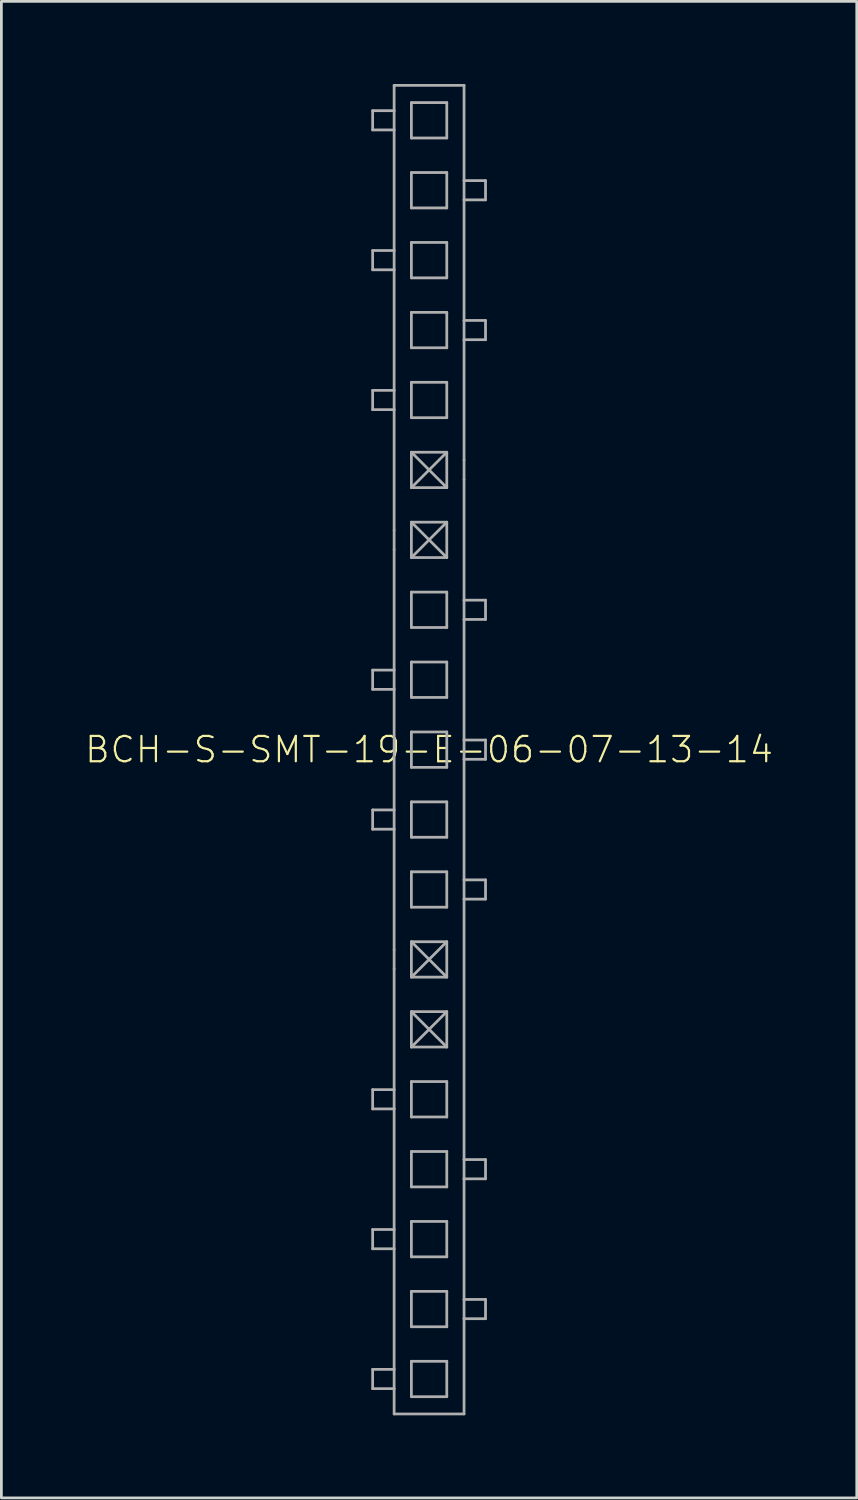
<source format=kicad_pcb>
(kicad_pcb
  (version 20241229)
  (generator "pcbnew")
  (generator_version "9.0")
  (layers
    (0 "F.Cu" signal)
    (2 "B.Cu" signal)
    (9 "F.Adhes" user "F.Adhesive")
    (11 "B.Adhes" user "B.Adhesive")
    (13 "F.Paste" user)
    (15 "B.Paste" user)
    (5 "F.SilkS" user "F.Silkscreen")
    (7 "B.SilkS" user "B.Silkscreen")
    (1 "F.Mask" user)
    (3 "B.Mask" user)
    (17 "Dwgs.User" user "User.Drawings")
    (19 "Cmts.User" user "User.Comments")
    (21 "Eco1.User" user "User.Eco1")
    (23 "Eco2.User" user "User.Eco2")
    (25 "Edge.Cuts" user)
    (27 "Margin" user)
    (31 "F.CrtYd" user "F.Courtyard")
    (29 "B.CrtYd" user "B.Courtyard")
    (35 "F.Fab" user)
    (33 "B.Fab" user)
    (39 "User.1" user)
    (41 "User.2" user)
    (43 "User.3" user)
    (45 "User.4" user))
  (footprint "BCH-S-SMT-19-E-06-07-13-14"
    (layer "F.Cu")
    (at 12.536 24.18)
    (property "Reference" "BCH-S-SMT-19-E-06-07-13-14" (at 0 0 0) (unlocked yes) (layer "F.SilkS") (effects (font (size 0.92 0.92) (thickness 0.08))))
    (fp_line (start -2.05 -23.21) (end -2.05 -22.51) (stroke (width 0.1) (type solid)) (layer "F.Fab"))
    (fp_line (start -2.05 -18.13) (end -2.05 -17.43) (stroke (width 0.1) (type solid)) (layer "F.Fab"))
    (fp_line (start -2.05 -13.05) (end -2.05 -12.35) (stroke (width 0.1) (type solid)) (layer "F.Fab"))
    (fp_line (start -2.05 -2.19) (end -2.05 -2.89) (stroke (width 0.1) (type solid)) (layer "F.Fab"))
    (fp_line (start -2.05 2.89) (end -2.05 2.19) (stroke (width 0.1) (type solid)) (layer "F.Fab"))
    (fp_line (start -2.05 13.05) (end -2.05 12.35) (stroke (width 0.1) (type solid)) (layer "F.Fab"))
    (fp_line (start -2.05 18.13) (end -2.05 17.43) (stroke (width 0.1) (type solid)) (layer "F.Fab"))
    (fp_line (start -2.05 23.21) (end -2.05 22.51) (stroke (width 0.1) (type solid)) (layer "F.Fab"))
    (fp_line (start -1.27 -24.13) (end 1.27 -24.13) (stroke (width 0.1) (type solid)) (layer "F.Fab"))
    (fp_line (start -1.27 -23.21) (end -2.05 -23.21) (stroke (width 0.1) (type solid)) (layer "F.Fab"))
    (fp_line (start -1.27 -23.21) (end -1.27 -24.13) (stroke (width 0.1) (type solid)) (layer "F.Fab"))
    (fp_line (start -1.27 -22.51) (end -2.05 -22.51) (stroke (width 0.1) (type solid)) (layer "F.Fab"))
    (fp_line (start -1.27 -22.51) (end -1.27 -23.21) (stroke (width 0.1) (type solid)) (layer "F.Fab"))
    (fp_line (start -1.27 -18.13) (end -2.05 -18.13) (stroke (width 0.1) (type solid)) (layer "F.Fab"))
    (fp_line (start -1.27 -18.13) (end -1.27 -22.51) (stroke (width 0.1) (type solid)) (layer "F.Fab"))
    (fp_line (start -1.27 -17.43) (end -2.05 -17.43) (stroke (width 0.1) (type solid)) (layer "F.Fab"))
    (fp_line (start -1.27 -17.43) (end -1.27 -18.13) (stroke (width 0.1) (type solid)) (layer "F.Fab"))
    (fp_line (start -1.27 -13.05) (end -2.05 -13.05) (stroke (width 0.1) (type solid)) (layer "F.Fab"))
    (fp_line (start -1.27 -13.05) (end -1.27 -17.43) (stroke (width 0.1) (type solid)) (layer "F.Fab"))
    (fp_line (start -1.27 -12.35) (end -2.05 -12.35) (stroke (width 0.1) (type solid)) (layer "F.Fab"))
    (fp_line (start -1.27 -12.35) (end -1.27 -13.05) (stroke (width 0.1) (type solid)) (layer "F.Fab"))
    (fp_line (start -1.27 -12.35) (end -1.27 -7.97) (stroke (width 0.1) (type solid)) (layer "F.Fab"))
    (fp_line (start -1.27 -7.97) (end -1.27 -7.27) (stroke (width 0.1) (type solid)) (layer "F.Fab"))
    (fp_line (start -1.27 -7.27) (end -1.27 -2.89) (stroke (width 0.1) (type solid)) (layer "F.Fab"))
    (fp_line (start -1.27 -2.89) (end -2.05 -2.89) (stroke (width 0.1) (type solid)) (layer "F.Fab"))
    (fp_line (start -1.27 -2.89) (end -1.27 -2.19) (stroke (width 0.1) (type solid)) (layer "F.Fab"))
    (fp_line (start -1.27 -2.19) (end -2.05 -2.19) (stroke (width 0.1) (type solid)) (layer "F.Fab"))
    (fp_line (start -1.27 -2.19) (end -1.27 2.19) (stroke (width 0.1) (type solid)) (layer "F.Fab"))
    (fp_line (start -1.27 2.19) (end -2.05 2.19) (stroke (width 0.1) (type solid)) (layer "F.Fab"))
    (fp_line (start -1.27 2.19) (end -1.27 2.89) (stroke (width 0.1) (type solid)) (layer "F.Fab"))
    (fp_line (start -1.27 2.89) (end -2.05 2.89) (stroke (width 0.1) (type solid)) (layer "F.Fab"))
    (fp_line (start -1.27 2.89) (end -1.27 7.27) (stroke (width 0.1) (type solid)) (layer "F.Fab"))
    (fp_line (start -1.27 7.27) (end -1.27 7.97) (stroke (width 0.1) (type solid)) (layer "F.Fab"))
    (fp_line (start -1.27 7.97) (end -1.27 12.35) (stroke (width 0.1) (type solid)) (layer "F.Fab"))
    (fp_line (start -1.27 12.35) (end -2.05 12.35) (stroke (width 0.1) (type solid)) (layer "F.Fab"))
    (fp_line (start -1.27 12.35) (end -1.27 13.05) (stroke (width 0.1) (type solid)) (layer "F.Fab"))
    (fp_line (start -1.27 13.05) (end -2.05 13.05) (stroke (width 0.1) (type solid)) (layer "F.Fab"))
    (fp_line (start -1.27 13.05) (end -1.27 17.43) (stroke (width 0.1) (type solid)) (layer "F.Fab"))
    (fp_line (start -1.27 17.43) (end -2.05 17.43) (stroke (width 0.1) (type solid)) (layer "F.Fab"))
    (fp_line (start -1.27 17.43) (end -1.27 18.13) (stroke (width 0.1) (type solid)) (layer "F.Fab"))
    (fp_line (start -1.27 18.13) (end -2.05 18.13) (stroke (width 0.1) (type solid)) (layer "F.Fab"))
    (fp_line (start -1.27 18.13) (end -1.27 22.51) (stroke (width 0.1) (type solid)) (layer "F.Fab"))
    (fp_line (start -1.27 22.51) (end -2.05 22.51) (stroke (width 0.1) (type solid)) (layer "F.Fab"))
    (fp_line (start -1.27 22.51) (end -1.27 23.21) (stroke (width 0.1) (type solid)) (layer "F.Fab"))
    (fp_line (start -1.27 23.21) (end -2.05 23.21) (stroke (width 0.1) (type solid)) (layer "F.Fab"))
    (fp_line (start -1.27 23.21) (end -1.27 24.13) (stroke (width 0.1) (type solid)) (layer "F.Fab"))
    (fp_line (start -1.27 24.13) (end 1.27 24.13) (stroke (width 0.1) (type solid)) (layer "F.Fab"))
    (fp_line (start -0.643 -23.503) (end 0.643 -23.503) (stroke (width 0.1) (type solid)) (layer "F.Fab"))
    (fp_line (start -0.643 -22.217) (end -0.643 -23.503) (stroke (width 0.1) (type solid)) (layer "F.Fab"))
    (fp_line (start -0.643 -20.963) (end 0.643 -20.963) (stroke (width 0.1) (type solid)) (layer "F.Fab"))
    (fp_line (start -0.643 -19.677) (end -0.643 -20.963) (stroke (width 0.1) (type solid)) (layer "F.Fab"))
    (fp_line (start -0.643 -18.423) (end 0.643 -18.423) (stroke (width 0.1) (type solid)) (layer "F.Fab"))
    (fp_line (start -0.643 -17.137) (end -0.643 -18.423) (stroke (width 0.1) (type solid)) (layer "F.Fab"))
    (fp_line (start -0.643 -15.883) (end 0.643 -15.883) (stroke (width 0.1) (type solid)) (layer "F.Fab"))
    (fp_line (start -0.643 -14.597) (end -0.643 -15.883) (stroke (width 0.1) (type solid)) (layer "F.Fab"))
    (fp_line (start -0.643 -13.343) (end 0.643 -13.343) (stroke (width 0.1) (type solid)) (layer "F.Fab"))
    (fp_line (start -0.643 -12.057) (end -0.643 -13.343) (stroke (width 0.1) (type solid)) (layer "F.Fab"))
    (fp_line (start -0.643 -10.803) (end -0.643 -9.517) (stroke (width 0.1) (type solid)) (layer "F.Fab"))
    (fp_line (start -0.643 -9.517) (end 0.643 -9.517) (stroke (width 0.1) (type solid)) (layer "F.Fab"))
    (fp_line (start -0.643 -8.263) (end -0.643 -6.977) (stroke (width 0.1) (type solid)) (layer "F.Fab"))
    (fp_line (start -0.643 -6.977) (end 0.643 -6.977) (stroke (width 0.1) (type solid)) (layer "F.Fab"))
    (fp_line (start -0.643 -5.723) (end -0.643 -4.437) (stroke (width 0.1) (type solid)) (layer "F.Fab"))
    (fp_line (start -0.643 -4.437) (end 0.643 -4.437) (stroke (width 0.1) (type solid)) (layer "F.Fab"))
    (fp_line (start -0.643 -3.183) (end -0.643 -1.897) (stroke (width 0.1) (type solid)) (layer "F.Fab"))
    (fp_line (start -0.643 -1.897) (end 0.643 -1.897) (stroke (width 0.1) (type solid)) (layer "F.Fab"))
    (fp_line (start -0.643 -0.643) (end -0.643 0.643) (stroke (width 0.1) (type solid)) (layer "F.Fab"))
    (fp_line (start -0.643 0.643) (end 0.643 0.643) (stroke (width 0.1) (type solid)) (layer "F.Fab"))
    (fp_line (start -0.643 1.897) (end -0.643 3.183) (stroke (width 0.1) (type solid)) (layer "F.Fab"))
    (fp_line (start -0.643 3.183) (end 0.643 3.183) (stroke (width 0.1) (type solid)) (layer "F.Fab"))
    (fp_line (start -0.643 4.437) (end -0.643 5.723) (stroke (width 0.1) (type solid)) (layer "F.Fab"))
    (fp_line (start -0.643 5.723) (end 0.643 5.723) (stroke (width 0.1) (type solid)) (layer "F.Fab"))
    (fp_line (start -0.643 6.977) (end -0.643 8.263) (stroke (width 0.1) (type solid)) (layer "F.Fab"))
    (fp_line (start -0.643 8.263) (end 0.643 8.263) (stroke (width 0.1) (type solid)) (layer "F.Fab"))
    (fp_line (start -0.643 9.517) (end -0.643 10.803) (stroke (width 0.1) (type solid)) (layer "F.Fab"))
    (fp_line (start -0.643 10.803) (end 0.643 10.803) (stroke (width 0.1) (type solid)) (layer "F.Fab"))
    (fp_line (start -0.643 12.057) (end -0.643 13.343) (stroke (width 0.1) (type solid)) (layer "F.Fab"))
    (fp_line (start -0.643 13.343) (end 0.643 13.343) (stroke (width 0.1) (type solid)) (layer "F.Fab"))
    (fp_line (start -0.643 14.597) (end -0.643 15.883) (stroke (width 0.1) (type solid)) (layer "F.Fab"))
    (fp_line (start -0.643 15.883) (end 0.643 15.883) (stroke (width 0.1) (type solid)) (layer "F.Fab"))
    (fp_line (start -0.643 17.137) (end -0.643 18.423) (stroke (width 0.1) (type solid)) (layer "F.Fab"))
    (fp_line (start -0.643 18.423) (end 0.643 18.423) (stroke (width 0.1) (type solid)) (layer "F.Fab"))
    (fp_line (start -0.643 19.677) (end -0.643 20.963) (stroke (width 0.1) (type solid)) (layer "F.Fab"))
    (fp_line (start -0.643 20.963) (end 0.643 20.963) (stroke (width 0.1) (type solid)) (layer "F.Fab"))
    (fp_line (start -0.643 22.217) (end -0.643 23.503) (stroke (width 0.1) (type solid)) (layer "F.Fab"))
    (fp_line (start -0.643 23.503) (end 0.643 23.503) (stroke (width 0.1) (type solid)) (layer "F.Fab"))
    (fp_line (start -0.635 -10.795) (end 0.635 -9.525) (stroke (width 0.1) (type solid)) (layer "F.Fab"))
    (fp_line (start -0.635 -9.525) (end 0.635 -10.795) (stroke (width 0.1) (type solid)) (layer "F.Fab"))
    (fp_line (start -0.635 -8.255) (end 0.635 -6.985) (stroke (width 0.1) (type solid)) (layer "F.Fab"))
    (fp_line (start -0.635 -6.985) (end 0.635 -8.255) (stroke (width 0.1) (type solid)) (layer "F.Fab"))
    (fp_line (start -0.635 6.985) (end 0.635 8.255) (stroke (width 0.1) (type solid)) (layer "F.Fab"))
    (fp_line (start -0.635 8.255) (end 0.635 6.985) (stroke (width 0.1) (type solid)) (layer "F.Fab"))
    (fp_line (start -0.635 9.525) (end 0.635 10.795) (stroke (width 0.1) (type solid)) (layer "F.Fab"))
    (fp_line (start -0.635 10.795) (end 0.635 9.525) (stroke (width 0.1) (type solid)) (layer "F.Fab"))
    (fp_line (start 0.643 -23.503) (end 0.643 -22.217) (stroke (width 0.1) (type solid)) (layer "F.Fab"))
    (fp_line (start 0.643 -22.217) (end -0.643 -22.217) (stroke (width 0.1) (type solid)) (layer "F.Fab"))
    (fp_line (start 0.643 -20.963) (end 0.643 -19.677) (stroke (width 0.1) (type solid)) (layer "F.Fab"))
    (fp_line (start 0.643 -19.677) (end -0.643 -19.677) (stroke (width 0.1) (type solid)) (layer "F.Fab"))
    (fp_line (start 0.643 -18.423) (end 0.643 -17.137) (stroke (width 0.1) (type solid)) (layer "F.Fab"))
    (fp_line (start 0.643 -17.137) (end -0.643 -17.137) (stroke (width 0.1) (type solid)) (layer "F.Fab"))
    (fp_line (start 0.643 -15.883) (end 0.643 -14.597) (stroke (width 0.1) (type solid)) (layer "F.Fab"))
    (fp_line (start 0.643 -14.597) (end -0.643 -14.597) (stroke (width 0.1) (type solid)) (layer "F.Fab"))
    (fp_line (start 0.643 -13.343) (end 0.643 -12.057) (stroke (width 0.1) (type solid)) (layer "F.Fab"))
    (fp_line (start 0.643 -12.057) (end -0.643 -12.057) (stroke (width 0.1) (type solid)) (layer "F.Fab"))
    (fp_line (start 0.643 -10.803) (end -0.643 -10.803) (stroke (width 0.1) (type solid)) (layer "F.Fab"))
    (fp_line (start 0.643 -9.517) (end 0.643 -10.803) (stroke (width 0.1) (type solid)) (layer "F.Fab"))
    (fp_line (start 0.643 -8.263) (end -0.643 -8.263) (stroke (width 0.1) (type solid)) (layer "F.Fab"))
    (fp_line (start 0.643 -6.977) (end 0.643 -8.263) (stroke (width 0.1) (type solid)) (layer "F.Fab"))
    (fp_line (start 0.643 -5.723) (end -0.643 -5.723) (stroke (width 0.1) (type solid)) (layer "F.Fab"))
    (fp_line (start 0.643 -4.437) (end 0.643 -5.723) (stroke (width 0.1) (type solid)) (layer "F.Fab"))
    (fp_line (start 0.643 -3.183) (end -0.643 -3.183) (stroke (width 0.1) (type solid)) (layer "F.Fab"))
    (fp_line (start 0.643 -1.897) (end 0.643 -3.183) (stroke (width 0.1) (type solid)) (layer "F.Fab"))
    (fp_line (start 0.643 -0.643) (end -0.643 -0.643) (stroke (width 0.1) (type solid)) (layer "F.Fab"))
    (fp_line (start 0.643 0.643) (end 0.643 -0.643) (stroke (width 0.1) (type solid)) (layer "F.Fab"))
    (fp_line (start 0.643 1.897) (end -0.643 1.897) (stroke (width 0.1) (type solid)) (layer "F.Fab"))
    (fp_line (start 0.643 3.183) (end 0.643 1.897) (stroke (width 0.1) (type solid)) (layer "F.Fab"))
    (fp_line (start 0.643 4.437) (end -0.643 4.437) (stroke (width 0.1) (type solid)) (layer "F.Fab"))
    (fp_line (start 0.643 5.723) (end 0.643 4.437) (stroke (width 0.1) (type solid)) (layer "F.Fab"))
    (fp_line (start 0.643 6.977) (end -0.643 6.977) (stroke (width 0.1) (type solid)) (layer "F.Fab"))
    (fp_line (start 0.643 8.263) (end 0.643 6.977) (stroke (width 0.1) (type solid)) (layer "F.Fab"))
    (fp_line (start 0.643 9.517) (end -0.643 9.517) (stroke (width 0.1) (type solid)) (layer "F.Fab"))
    (fp_line (start 0.643 10.803) (end 0.643 9.517) (stroke (width 0.1) (type solid)) (layer "F.Fab"))
    (fp_line (start 0.643 12.057) (end -0.643 12.057) (stroke (width 0.1) (type solid)) (layer "F.Fab"))
    (fp_line (start 0.643 13.343) (end 0.643 12.057) (stroke (width 0.1) (type solid)) (layer "F.Fab"))
    (fp_line (start 0.643 14.597) (end -0.643 14.597) (stroke (width 0.1) (type solid)) (layer "F.Fab"))
    (fp_line (start 0.643 15.883) (end 0.643 14.597) (stroke (width 0.1) (type solid)) (layer "F.Fab"))
    (fp_line (start 0.643 17.137) (end -0.643 17.137) (stroke (width 0.1) (type solid)) (layer "F.Fab"))
    (fp_line (start 0.643 18.423) (end 0.643 17.137) (stroke (width 0.1) (type solid)) (layer "F.Fab"))
    (fp_line (start 0.643 19.677) (end -0.643 19.677) (stroke (width 0.1) (type solid)) (layer "F.Fab"))
    (fp_line (start 0.643 20.963) (end 0.643 19.677) (stroke (width 0.1) (type solid)) (layer "F.Fab"))
    (fp_line (start 0.643 22.217) (end -0.643 22.217) (stroke (width 0.1) (type solid)) (layer "F.Fab"))
    (fp_line (start 0.643 23.503) (end 0.643 22.217) (stroke (width 0.1) (type solid)) (layer "F.Fab"))
    (fp_line (start 1.27 -24.13) (end 1.27 -20.67) (stroke (width 0.1) (type solid)) (layer "F.Fab"))
    (fp_line (start 1.27 -20.67) (end 1.27 -19.97) (stroke (width 0.1) (type solid)) (layer "F.Fab"))
    (fp_line (start 1.27 -20.67) (end 2.05 -20.67) (stroke (width 0.1) (type solid)) (layer "F.Fab"))
    (fp_line (start 1.27 -19.97) (end 1.27 -15.59) (stroke (width 0.1) (type solid)) (layer "F.Fab"))
    (fp_line (start 1.27 -19.97) (end 2.05 -19.97) (stroke (width 0.1) (type solid)) (layer "F.Fab"))
    (fp_line (start 1.27 -15.59) (end 1.27 -14.89) (stroke (width 0.1) (type solid)) (layer "F.Fab"))
    (fp_line (start 1.27 -15.59) (end 2.05 -15.59) (stroke (width 0.1) (type solid)) (layer "F.Fab"))
    (fp_line (start 1.27 -14.89) (end 2.05 -14.89) (stroke (width 0.1) (type solid)) (layer "F.Fab"))
    (fp_line (start 1.27 -10.51) (end 1.27 -14.89) (stroke (width 0.1) (type solid)) (layer "F.Fab"))
    (fp_line (start 1.27 -9.81) (end 1.27 -10.51) (stroke (width 0.1) (type solid)) (layer "F.Fab"))
    (fp_line (start 1.27 -5.43) (end 1.27 -9.81) (stroke (width 0.1) (type solid)) (layer "F.Fab"))
    (fp_line (start 1.27 -5.43) (end 2.05 -5.43) (stroke (width 0.1) (type solid)) (layer "F.Fab"))
    (fp_line (start 1.27 -4.73) (end 1.27 -5.43) (stroke (width 0.1) (type solid)) (layer "F.Fab"))
    (fp_line (start 1.27 -4.73) (end 2.05 -4.73) (stroke (width 0.1) (type solid)) (layer "F.Fab"))
    (fp_line (start 1.27 -0.35) (end 1.27 -4.73) (stroke (width 0.1) (type solid)) (layer "F.Fab"))
    (fp_line (start 1.27 -0.35) (end 2.05 -0.35) (stroke (width 0.1) (type solid)) (layer "F.Fab"))
    (fp_line (start 1.27 0.35) (end 1.27 -0.35) (stroke (width 0.1) (type solid)) (layer "F.Fab"))
    (fp_line (start 1.27 0.35) (end 2.05 0.35) (stroke (width 0.1) (type solid)) (layer "F.Fab"))
    (fp_line (start 1.27 4.73) (end 1.27 0.35) (stroke (width 0.1) (type solid)) (layer "F.Fab"))
    (fp_line (start 1.27 4.73) (end 2.05 4.73) (stroke (width 0.1) (type solid)) (layer "F.Fab"))
    (fp_line (start 1.27 5.43) (end 1.27 4.73) (stroke (width 0.1) (type solid)) (layer "F.Fab"))
    (fp_line (start 1.27 5.43) (end 2.05 5.43) (stroke (width 0.1) (type solid)) (layer "F.Fab"))
    (fp_line (start 1.27 14.89) (end 1.27 5.43) (stroke (width 0.1) (type solid)) (layer "F.Fab"))
    (fp_line (start 1.27 14.89) (end 2.05 14.89) (stroke (width 0.1) (type solid)) (layer "F.Fab"))
    (fp_line (start 1.27 15.59) (end 1.27 14.89) (stroke (width 0.1) (type solid)) (layer "F.Fab"))
    (fp_line (start 1.27 15.59) (end 2.05 15.59) (stroke (width 0.1) (type solid)) (layer "F.Fab"))
    (fp_line (start 1.27 19.97) (end 1.27 15.59) (stroke (width 0.1) (type solid)) (layer "F.Fab"))
    (fp_line (start 1.27 19.97) (end 2.05 19.97) (stroke (width 0.1) (type solid)) (layer "F.Fab"))
    (fp_line (start 1.27 20.67) (end 1.27 19.97) (stroke (width 0.1) (type solid)) (layer "F.Fab"))
    (fp_line (start 1.27 20.67) (end 2.05 20.67) (stroke (width 0.1) (type solid)) (layer "F.Fab"))
    (fp_line (start 1.27 24.13) (end 1.27 20.67) (stroke (width 0.1) (type solid)) (layer "F.Fab"))
    (fp_line (start 2.05 -19.97) (end 2.05 -20.67) (stroke (width 0.1) (type solid)) (layer "F.Fab"))
    (fp_line (start 2.05 -14.89) (end 2.05 -15.59) (stroke (width 0.1) (type solid)) (layer "F.Fab"))
    (fp_line (start 2.05 -5.43) (end 2.05 -4.73) (stroke (width 0.1) (type solid)) (layer "F.Fab"))
    (fp_line (start 2.05 -0.35) (end 2.05 0.35) (stroke (width 0.1) (type solid)) (layer "F.Fab"))
    (fp_line (start 2.05 4.73) (end 2.05 5.43) (stroke (width 0.1) (type solid)) (layer "F.Fab"))
    (fp_line (start 2.05 14.89) (end 2.05 15.59) (stroke (width 0.1) (type solid)) (layer "F.Fab"))
    (fp_line (start 2.05 19.97) (end 2.05 20.67) (stroke (width 0.1) (type solid)) (layer "F.Fab")))
  (gr_rect
    (start -3 -3)
    (end 28.071 51.36)
    (stroke (width 0.1) (type default))
    (fill no)
    (layer "Edge.Cuts")))
</source>
